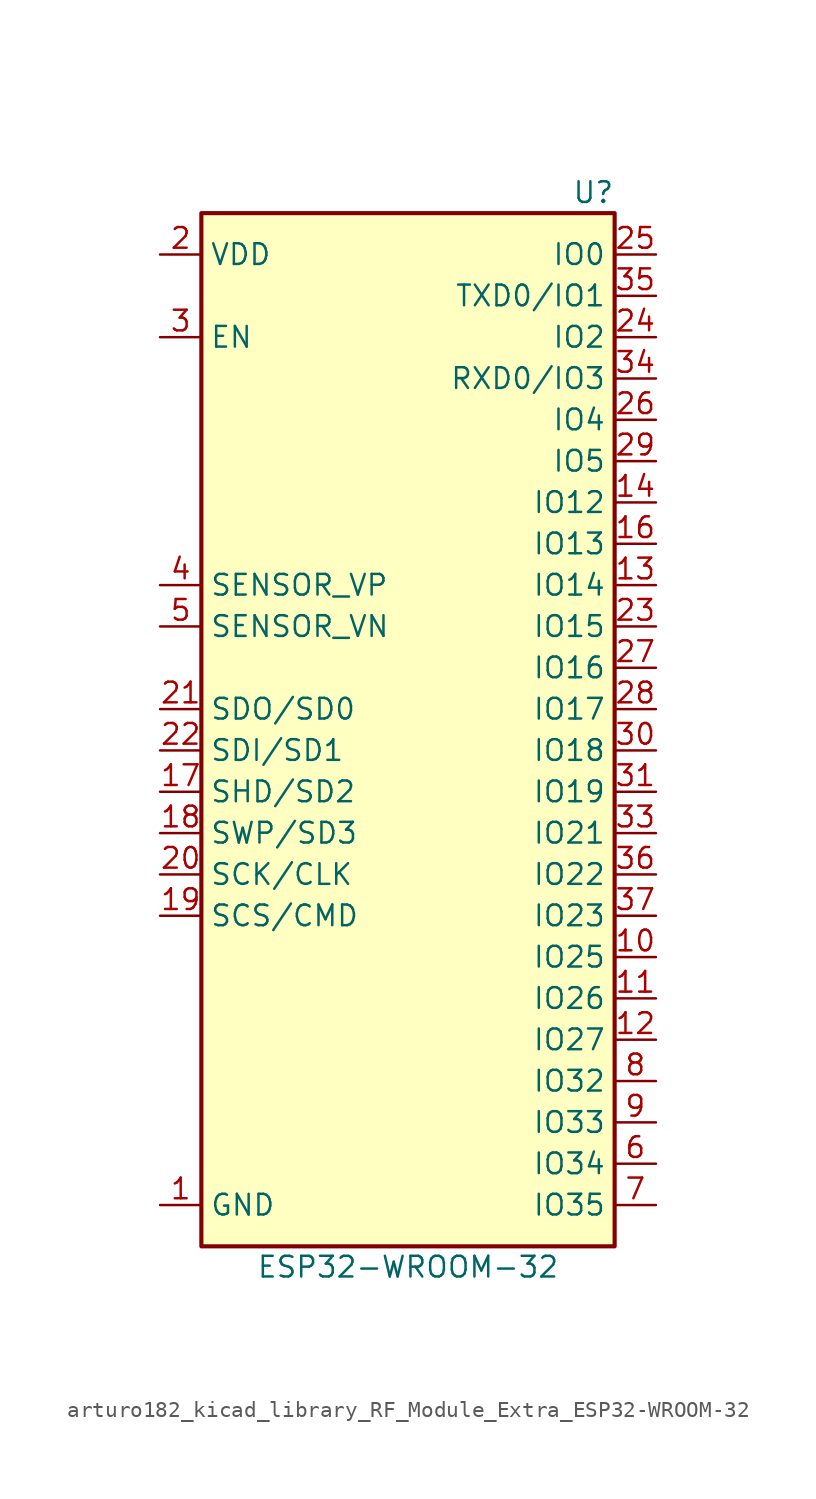
<source format=kicad_sym>
(kicad_symbol_lib
  (version 20220914)
  (generator kicad_symbol_editor)
  (symbol "arturo182_kicad_library_RF_Module_Extra_ESP32-WROOM-32"
    (property "Reference" "U"
      (at 12.7 34.29 0)
      (effects (font (size 1.27 1.27)) (justify right)))
    (property "Value" "ESP32-WROOM-32"
      (at 0 -31.75 0)
      (effects (font (size 1.27 1.27))))
    (symbol "arturo182_kicad_library_RF_Module_Extra_ESP32-WROOM-32_0_1"
      (rectangle (start -12.7 33.02) (end 12.7 -30.48) (stroke (width 0.254) (type default)) (fill (type background))))
    (symbol "arturo182_kicad_library_RF_Module_Extra_ESP32-WROOM-32_1_1"
      (pin power_in line (at -15.24 -27.94 0) (length 2.54) (name "GND" (effects (font (size 1.27 1.27)))) (number "1" (effects (font (size 1.27 1.27)))))
      (pin bidirectional line (at 15.24 -12.7 180) (length 2.54) (name "IO25" (effects (font (size 1.27 1.27)))) (number "10" (effects (font (size 1.27 1.27)))))
      (pin bidirectional line (at 15.24 -15.24 180) (length 2.54) (name "IO26" (effects (font (size 1.27 1.27)))) (number "11" (effects (font (size 1.27 1.27)))))
      (pin bidirectional line (at 15.24 -17.78 180) (length 2.54) (name "IO27" (effects (font (size 1.27 1.27)))) (number "12" (effects (font (size 1.27 1.27)))))
      (pin bidirectional line (at 15.24 10.16 180) (length 2.54) (name "IO14" (effects (font (size 1.27 1.27)))) (number "13" (effects (font (size 1.27 1.27)))))
      (pin bidirectional line (at 15.24 15.24 180) (length 2.54) (name "IO12" (effects (font (size 1.27 1.27)))) (number "14" (effects (font (size 1.27 1.27)))))
      (pin passive line (at -15.24 -27.94 0) (length 2.54) hide (name "GND" (effects (font (size 1.27 1.27)))) (number "15" (effects (font (size 1.27 1.27)))))
      (pin bidirectional line (at 15.24 12.7 180) (length 2.54) (name "IO13" (effects (font (size 1.27 1.27)))) (number "16" (effects (font (size 1.27 1.27)))))
      (pin bidirectional line (at -15.24 -2.54 0) (length 2.54) (name "SHD/SD2" (effects (font (size 1.27 1.27)))) (number "17" (effects (font (size 1.27 1.27)))))
      (pin bidirectional line (at -15.24 -5.08 0) (length 2.54) (name "SWP/SD3" (effects (font (size 1.27 1.27)))) (number "18" (effects (font (size 1.27 1.27)))))
      (pin bidirectional line (at -15.24 -10.16 0) (length 2.54) (name "SCS/CMD" (effects (font (size 1.27 1.27)))) (number "19" (effects (font (size 1.27 1.27)))))
      (pin power_in line (at -15.24 30.48 0) (length 2.54) (name "VDD" (effects (font (size 1.27 1.27)))) (number "2" (effects (font (size 1.27 1.27)))))
      (pin bidirectional line (at -15.24 -7.62 0) (length 2.54) (name "SCK/CLK" (effects (font (size 1.27 1.27)))) (number "20" (effects (font (size 1.27 1.27)))))
      (pin bidirectional line (at -15.24 2.54 0) (length 2.54) (name "SDO/SD0" (effects (font (size 1.27 1.27)))) (number "21" (effects (font (size 1.27 1.27)))))
      (pin bidirectional line (at -15.24 0 0) (length 2.54) (name "SDI/SD1" (effects (font (size 1.27 1.27)))) (number "22" (effects (font (size 1.27 1.27)))))
      (pin bidirectional line (at 15.24 7.62 180) (length 2.54) (name "IO15" (effects (font (size 1.27 1.27)))) (number "23" (effects (font (size 1.27 1.27)))))
      (pin bidirectional line (at 15.24 25.4 180) (length 2.54) (name "IO2" (effects (font (size 1.27 1.27)))) (number "24" (effects (font (size 1.27 1.27)))))
      (pin bidirectional line (at 15.24 30.48 180) (length 2.54) (name "IO0" (effects (font (size 1.27 1.27)))) (number "25" (effects (font (size 1.27 1.27)))))
      (pin bidirectional line (at 15.24 20.32 180) (length 2.54) (name "IO4" (effects (font (size 1.27 1.27)))) (number "26" (effects (font (size 1.27 1.27)))))
      (pin bidirectional line (at 15.24 5.08 180) (length 2.54) (name "IO16" (effects (font (size 1.27 1.27)))) (number "27" (effects (font (size 1.27 1.27)))))
      (pin bidirectional line (at 15.24 2.54 180) (length 2.54) (name "IO17" (effects (font (size 1.27 1.27)))) (number "28" (effects (font (size 1.27 1.27)))))
      (pin bidirectional line (at 15.24 17.78 180) (length 2.54) (name "IO5" (effects (font (size 1.27 1.27)))) (number "29" (effects (font (size 1.27 1.27)))))
      (pin input line (at -15.24 25.4 0) (length 2.54) (name "EN" (effects (font (size 1.27 1.27)))) (number "3" (effects (font (size 1.27 1.27)))))
      (pin bidirectional line (at 15.24 0 180) (length 2.54) (name "IO18" (effects (font (size 1.27 1.27)))) (number "30" (effects (font (size 1.27 1.27)))))
      (pin bidirectional line (at 15.24 -2.54 180) (length 2.54) (name "IO19" (effects (font (size 1.27 1.27)))) (number "31" (effects (font (size 1.27 1.27)))))
      (pin no_connect line (at -15.24 -25.4 0) (length 2.54) hide (name "NC" (effects (font (size 1.27 1.27)))) (number "32" (effects (font (size 1.27 1.27)))))
      (pin bidirectional line (at 15.24 -5.08 180) (length 2.54) (name "IO21" (effects (font (size 1.27 1.27)))) (number "33" (effects (font (size 1.27 1.27)))))
      (pin bidirectional line (at 15.24 22.86 180) (length 2.54) (name "RXD0/IO3" (effects (font (size 1.27 1.27)))) (number "34" (effects (font (size 1.27 1.27)))))
      (pin bidirectional line (at 15.24 27.94 180) (length 2.54) (name "TXD0/IO1" (effects (font (size 1.27 1.27)))) (number "35" (effects (font (size 1.27 1.27)))))
      (pin bidirectional line (at 15.24 -7.62 180) (length 2.54) (name "IO22" (effects (font (size 1.27 1.27)))) (number "36" (effects (font (size 1.27 1.27)))))
      (pin bidirectional line (at 15.24 -10.16 180) (length 2.54) (name "IO23" (effects (font (size 1.27 1.27)))) (number "37" (effects (font (size 1.27 1.27)))))
      (pin passive line (at -15.24 -27.94 0) (length 2.54) hide (name "GND" (effects (font (size 1.27 1.27)))) (number "38" (effects (font (size 1.27 1.27)))))
      (pin input line (at -15.24 10.16 0) (length 2.54) (name "SENSOR_VP" (effects (font (size 1.27 1.27)))) (number "4" (effects (font (size 1.27 1.27)))))
      (pin input line (at -15.24 7.62 0) (length 2.54) (name "SENSOR_VN" (effects (font (size 1.27 1.27)))) (number "5" (effects (font (size 1.27 1.27)))))
      (pin input line (at 15.24 -25.4 180) (length 2.54) (name "IO34" (effects (font (size 1.27 1.27)))) (number "6" (effects (font (size 1.27 1.27)))))
      (pin input line (at 15.24 -27.94 180) (length 2.54) (name "IO35" (effects (font (size 1.27 1.27)))) (number "7" (effects (font (size 1.27 1.27)))))
      (pin bidirectional line (at 15.24 -20.32 180) (length 2.54) (name "IO32" (effects (font (size 1.27 1.27)))) (number "8" (effects (font (size 1.27 1.27)))))
      (pin bidirectional line (at 15.24 -22.86 180) (length 2.54) (name "IO33" (effects (font (size 1.27 1.27)))) (number "9" (effects (font (size 1.27 1.27))))))))
</source>
